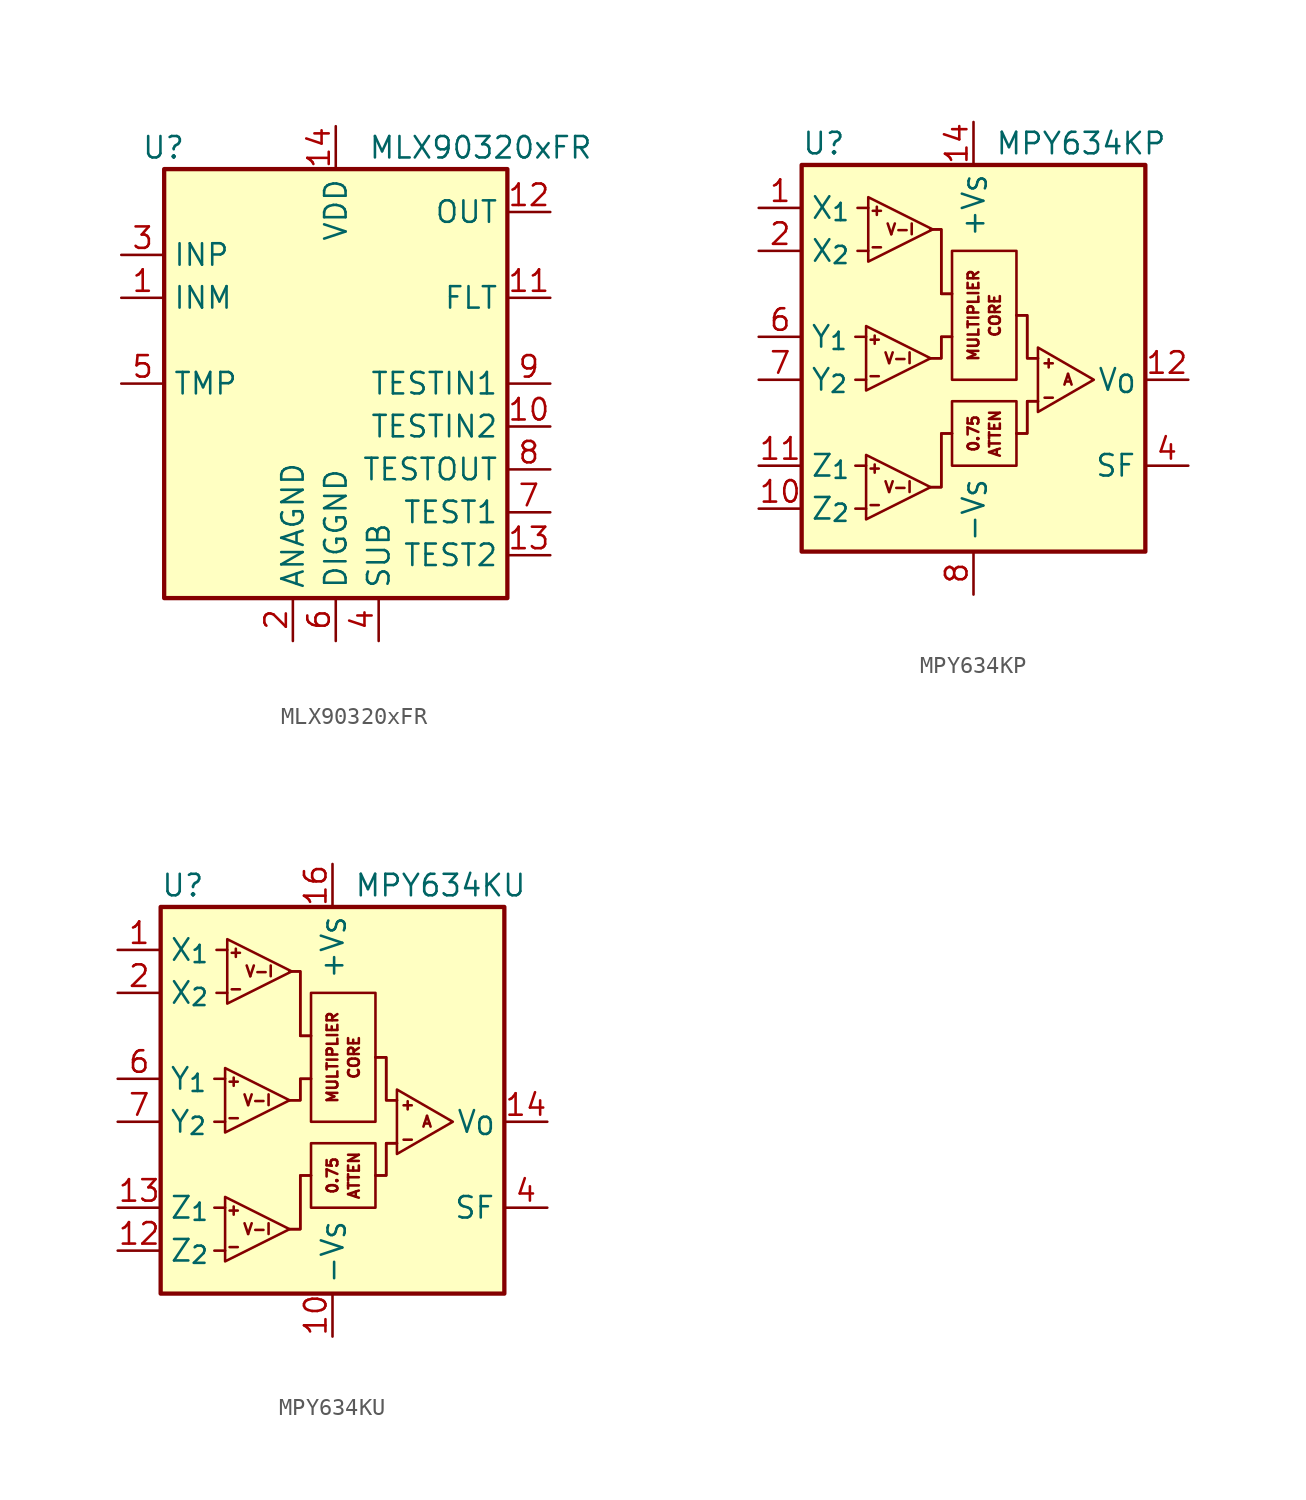
<source format=kicad_sym>
(kicad_symbol_lib
  (version 20241209)
  (generator "kicad_symbol_editor")
  (generator_version "9.0")
  (symbol "MLX90320xFR"
    (property "Reference" "U"
      (at -8.89 13.97 0)
      (effects (font (size 1.27 1.27)) (justify right)))
    (property "Value" "MLX90320xFR"
      (at 15.24 13.97 0)
      (effects (font (size 1.27 1.27)) (justify right)))
    (symbol "MLX90320xFR_0_1"
      (rectangle (start -10.16 12.7) (end 10.16 -12.7) (stroke (width 0.254) (type default)) (fill (type background))))
    (symbol "MLX90320xFR_1_1"
      (pin input line (at -12.7 7.62 0) (length 2.54) (name "INP" (effects (font (size 1.27 1.27)))) (number "3" (effects (font (size 1.27 1.27)))))
      (pin input line (at -12.7 5.08 0) (length 2.54) (name "INM" (effects (font (size 1.27 1.27)))) (number "1" (effects (font (size 1.27 1.27)))))
      (pin passive line (at -12.7 0 0) (length 2.54) (name "TMP" (effects (font (size 1.27 1.27)))) (number "5" (effects (font (size 1.27 1.27)))))
      (pin power_in line (at -2.54 -15.24 90) (length 2.54) (name "ANAGND" (effects (font (size 1.27 1.27)))) (number "2" (effects (font (size 1.27 1.27)))))
      (pin power_in line (at 0 15.24 270) (length 2.54) (name "VDD" (effects (font (size 1.27 1.27)))) (number "14" (effects (font (size 1.27 1.27)))))
      (pin power_in line (at 0 -15.24 90) (length 2.54) (name "DIGGND" (effects (font (size 1.27 1.27)))) (number "6" (effects (font (size 1.27 1.27)))))
      (pin power_in line (at 2.54 -15.24 90) (length 2.54) (name "SUB" (effects (font (size 1.27 1.27)))) (number "4" (effects (font (size 1.27 1.27)))))
      (pin bidirectional line (at 12.7 10.16 180) (length 2.54) (name "OUT" (effects (font (size 1.27 1.27)))) (number "12" (effects (font (size 1.27 1.27)))))
      (pin output line (at 12.7 5.08 180) (length 2.54) (name "FLT" (effects (font (size 1.27 1.27)))) (number "11" (effects (font (size 1.27 1.27)))))
      (pin passive line (at 12.7 0 180) (length 2.54) (name "TESTIN1" (effects (font (size 1.27 1.27)))) (number "9" (effects (font (size 1.27 1.27)))))
      (pin passive line (at 12.7 -2.54 180) (length 2.54) (name "TESTIN2" (effects (font (size 1.27 1.27)))) (number "10" (effects (font (size 1.27 1.27)))))
      (pin passive line (at 12.7 -5.08 180) (length 2.54) (name "TESTOUT" (effects (font (size 1.27 1.27)))) (number "8" (effects (font (size 1.27 1.27)))))
      (pin passive line (at 12.7 -7.62 180) (length 2.54) (name "TEST1" (effects (font (size 1.27 1.27)))) (number "7" (effects (font (size 1.27 1.27)))))
      (pin passive line (at 12.7 -10.16 180) (length 2.54) (name "TEST2" (effects (font (size 1.27 1.27)))) (number "13" (effects (font (size 1.27 1.27)))))))
  (symbol "MPY634KP"
    (property "Reference" "U"
      (at -10.16 13.97 0)
      (effects (font (size 1.27 1.27)) (justify left)))
    (property "Value" "MPY634KP"
      (at 1.27 13.97 0)
      (effects (font (size 1.27 1.27)) (justify left)))
    (symbol "MPY634KP_0_0"
      (polyline (pts (xy -1.27 5.08) (xy -1.905 5.08) (xy -1.905 8.89) (xy -2.54 8.89)) (stroke (width 0) (type default)) (fill (type none)))
      (polyline (pts (xy -1.27 5.08) (xy -1.905 5.08) (xy -1.905 8.89) (xy -2.54 8.89)) (stroke (width 0) (type default)) (fill (type none)))
      (polyline (pts (xy -1.27 2.54) (xy -1.905 2.54) (xy -1.905 1.27) (xy -2.54 1.27)) (stroke (width 0) (type default)) (fill (type none)))
      (polyline (pts (xy -1.27 2.54) (xy -1.905 2.54) (xy -1.905 1.27) (xy -2.54 1.27)) (stroke (width 0) (type default)) (fill (type none)))
      (polyline (pts (xy -1.27 -3.175) (xy -1.905 -3.175) (xy -1.905 -6.35) (xy -2.54 -6.35)) (stroke (width 0) (type default)) (fill (type none)))
      (polyline (pts (xy -1.27 -3.175) (xy -1.905 -3.175) (xy -1.905 -6.35) (xy -2.54 -6.35)) (stroke (width 0) (type default)) (fill (type none)))
      (polyline (pts (xy 3.81 1.27) (xy 3.175 1.27) (xy 3.175 3.81) (xy 2.54 3.81)) (stroke (width 0) (type default)) (fill (type none)))
      (polyline (pts (xy 3.81 1.27) (xy 3.175 1.27) (xy 3.175 3.81) (xy 2.54 3.81)) (stroke (width 0) (type default)) (fill (type none)))
      (polyline (pts (xy 3.81 -1.27) (xy 3.175 -1.27) (xy 3.175 -3.175) (xy 2.54 -3.175)) (stroke (width 0) (type default)) (fill (type none)))
      (polyline (pts (xy 3.81 -1.27) (xy 3.175 -1.27) (xy 3.175 -3.175) (xy 2.54 -3.175)) (stroke (width 0) (type default)) (fill (type none)))
      (text "+" (at -5.842 2.413 0) (effects (font (size 0.635 0.635))))
      (text "-" (at -5.842 0.254 0) (effects (font (size 0.635 0.635))))
      (text "+" (at -5.842 -5.207 0) (effects (font (size 0.635 0.635))))
      (text "-" (at -5.842 -7.366 0) (effects (font (size 0.635 0.635))))
      (text "+" (at -5.715 10.033 0) (effects (font (size 0.635 0.635))))
      (text "-" (at -5.715 7.874 0) (effects (font (size 0.635 0.635))))
      (text "V-I" (at -4.445 1.27 0) (effects (font (size 0.635 0.635))))
      (text "V-I" (at -4.445 -6.35 0) (effects (font (size 0.635 0.635))))
      (text "V-I" (at -4.318 8.89 0) (effects (font (size 0.635 0.635))))
      (text "+" (at 4.445 1.016 0) (effects (font (size 0.635 0.635))))
      (text "-" (at 4.445 -1.016 0) (effects (font (size 0.635 0.635))))
      (text "A" (at 5.588 0 0) (effects (font (size 0.635 0.635)))))
    (symbol "MPY634KP_0_1"
      (rectangle (start -10.16 12.7) (end 10.16 -10.16) (stroke (width 0.254) (type default)) (fill (type background)))
      (polyline (pts (xy -6.985 2.54) (xy -6.35 2.54)) (stroke (width 0) (type default)) (fill (type none)))
      (polyline (pts (xy -6.985 0) (xy -6.35 0)) (stroke (width 0) (type default)) (fill (type none)))
      (polyline (pts (xy -6.985 -5.08) (xy -6.35 -5.08)) (stroke (width 0) (type default)) (fill (type none)))
      (polyline (pts (xy -6.985 -7.62) (xy -6.35 -7.62)) (stroke (width 0) (type default)) (fill (type none)))
      (polyline (pts (xy -6.858 10.16) (xy -6.223 10.16)) (stroke (width 0) (type default)) (fill (type none)))
      (polyline (pts (xy -6.858 7.62) (xy -6.223 7.62)) (stroke (width 0) (type default)) (fill (type none)))
      (polyline (pts (xy -6.35 3.175) (xy -6.35 -0.635) (xy -2.54 1.27) (xy -6.35 3.175)) (stroke (width 0) (type default)) (fill (type none)))
      (polyline (pts (xy -6.35 -4.445) (xy -6.35 -8.255) (xy -2.54 -6.35) (xy -6.35 -4.445)) (stroke (width 0) (type default)) (fill (type none)))
      (polyline (pts (xy -6.223 10.795) (xy -6.223 6.985) (xy -2.413 8.89) (xy -6.223 10.795)) (stroke (width 0) (type default)) (fill (type none)))
      (rectangle (start -1.27 7.62) (end 2.54 0) (stroke (width 0) (type default)) (fill (type none)))
      (rectangle (start -1.27 -1.27) (end 2.54 -5.08) (stroke (width 0) (type default)) (fill (type none)))
      (polyline (pts (xy 3.81 1.905) (xy 3.81 -1.905) (xy 7.112 0) (xy 3.81 1.905)) (stroke (width 0) (type default)) (fill (type none))))
    (symbol "MPY634KP_1_0"
      (text "MULTIPLIER" (at 0 3.81 900) (effects (font (size 0.635 0.635))))
      (text "0.75" (at 0 -3.175 900) (effects (font (size 0.635 0.635))))
      (text "CORE" (at 1.27 3.81 900) (effects (font (size 0.635 0.635))))
      (text "ATTEN" (at 1.27 -3.175 900) (effects (font (size 0.635 0.635)))))
    (symbol "MPY634KP_1_1"
      (pin input line (at -12.7 10.16 0) (length 2.54) (name "X_{1}" (effects (font (size 1.27 1.27)))) (number "1" (effects (font (size 1.27 1.27)))))
      (pin input line (at -12.7 7.62 0) (length 2.54) (name "X_{2}" (effects (font (size 1.27 1.27)))) (number "2" (effects (font (size 1.27 1.27)))))
      (pin input line (at -12.7 2.54 0) (length 2.54) (name "Y_{1}" (effects (font (size 1.27 1.27)))) (number "6" (effects (font (size 1.27 1.27)))))
      (pin input line (at -12.7 0 0) (length 2.54) (name "Y_{2}" (effects (font (size 1.27 1.27)))) (number "7" (effects (font (size 1.27 1.27)))))
      (pin input line (at -12.7 -5.08 0) (length 2.54) (name "Z_{1}" (effects (font (size 1.27 1.27)))) (number "11" (effects (font (size 1.27 1.27)))))
      (pin input line (at -12.7 -7.62 0) (length 2.54) (name "Z_{2}" (effects (font (size 1.27 1.27)))) (number "10" (effects (font (size 1.27 1.27)))))
      (pin power_in line (at 0 15.24 270) (length 2.54) (name "+V_{S}" (effects (font (size 1.27 1.27)))) (number "14" (effects (font (size 1.27 1.27)))))
      (pin power_in line (at 0 -12.7 90) (length 2.54) (name "-V_{S}" (effects (font (size 1.27 1.27)))) (number "8" (effects (font (size 1.27 1.27)))))
      (pin no_connect line (at 10.16 10.16 180) (length 2.54) (hide yes) (name "NC" (effects (font (size 1.27 1.27)))) (number "3" (effects (font (size 1.27 1.27)))))
      (pin no_connect line (at 10.16 7.62 180) (length 2.54) (hide yes) (name "NC" (effects (font (size 1.27 1.27)))) (number "5" (effects (font (size 1.27 1.27)))))
      (pin no_connect line (at 10.16 5.08 180) (length 2.54) (hide yes) (name "NC" (effects (font (size 1.27 1.27)))) (number "9" (effects (font (size 1.27 1.27)))))
      (pin no_connect line (at 10.16 2.54 180) (length 2.54) (hide yes) (name "NC" (effects (font (size 1.27 1.27)))) (number "13" (effects (font (size 1.27 1.27)))))
      (pin output line (at 12.7 0 180) (length 2.54) (name "V_{O}" (effects (font (size 1.27 1.27)))) (number "12" (effects (font (size 1.27 1.27)))))
      (pin passive line (at 12.7 -5.08 180) (length 2.54) (name "SF" (effects (font (size 1.27 1.27)))) (number "4" (effects (font (size 1.27 1.27)))))))
  (symbol "MPY634KU"
    (property "Reference" "U"
      (at -10.16 13.97 0)
      (effects (font (size 1.27 1.27)) (justify left)))
    (property "Value" "MPY634KU"
      (at 1.27 13.97 0)
      (effects (font (size 1.27 1.27)) (justify left)))
    (symbol "MPY634KU_0_0"
      (polyline (pts (xy -1.27 5.08) (xy -1.905 5.08) (xy -1.905 8.89) (xy -2.54 8.89)) (stroke (width 0) (type default)) (fill (type none)))
      (polyline (pts (xy -1.27 5.08) (xy -1.905 5.08) (xy -1.905 8.89) (xy -2.54 8.89)) (stroke (width 0) (type default)) (fill (type none)))
      (polyline (pts (xy -1.27 2.54) (xy -1.905 2.54) (xy -1.905 1.27) (xy -2.54 1.27)) (stroke (width 0) (type default)) (fill (type none)))
      (polyline (pts (xy -1.27 2.54) (xy -1.905 2.54) (xy -1.905 1.27) (xy -2.54 1.27)) (stroke (width 0) (type default)) (fill (type none)))
      (polyline (pts (xy -1.27 -3.175) (xy -1.905 -3.175) (xy -1.905 -6.35) (xy -2.54 -6.35)) (stroke (width 0) (type default)) (fill (type none)))
      (polyline (pts (xy -1.27 -3.175) (xy -1.905 -3.175) (xy -1.905 -6.35) (xy -2.54 -6.35)) (stroke (width 0) (type default)) (fill (type none)))
      (polyline (pts (xy 3.81 1.27) (xy 3.175 1.27) (xy 3.175 3.81) (xy 2.54 3.81)) (stroke (width 0) (type default)) (fill (type none)))
      (polyline (pts (xy 3.81 1.27) (xy 3.175 1.27) (xy 3.175 3.81) (xy 2.54 3.81)) (stroke (width 0) (type default)) (fill (type none)))
      (polyline (pts (xy 3.81 -1.27) (xy 3.175 -1.27) (xy 3.175 -3.175) (xy 2.54 -3.175)) (stroke (width 0) (type default)) (fill (type none)))
      (polyline (pts (xy 3.81 -1.27) (xy 3.175 -1.27) (xy 3.175 -3.175) (xy 2.54 -3.175)) (stroke (width 0) (type default)) (fill (type none)))
      (text "+" (at -5.842 2.413 0) (effects (font (size 0.635 0.635))))
      (text "-" (at -5.842 0.254 0) (effects (font (size 0.635 0.635))))
      (text "+" (at -5.842 -5.207 0) (effects (font (size 0.635 0.635))))
      (text "-" (at -5.842 -7.366 0) (effects (font (size 0.635 0.635))))
      (text "+" (at -5.715 10.033 0) (effects (font (size 0.635 0.635))))
      (text "-" (at -5.715 7.874 0) (effects (font (size 0.635 0.635))))
      (text "V-I" (at -4.445 1.27 0) (effects (font (size 0.635 0.635))))
      (text "V-I" (at -4.445 -6.35 0) (effects (font (size 0.635 0.635))))
      (text "V-I" (at -4.318 8.89 0) (effects (font (size 0.635 0.635))))
      (text "+" (at 4.445 1.016 0) (effects (font (size 0.635 0.635))))
      (text "-" (at 4.445 -1.016 0) (effects (font (size 0.635 0.635))))
      (text "A" (at 5.588 0 0) (effects (font (size 0.635 0.635)))))
    (symbol "MPY634KU_0_1"
      (rectangle (start -10.16 12.7) (end 10.16 -10.16) (stroke (width 0.254) (type default)) (fill (type background)))
      (polyline (pts (xy -6.985 2.54) (xy -6.35 2.54)) (stroke (width 0) (type default)) (fill (type none)))
      (polyline (pts (xy -6.985 0) (xy -6.35 0)) (stroke (width 0) (type default)) (fill (type none)))
      (polyline (pts (xy -6.985 -5.08) (xy -6.35 -5.08)) (stroke (width 0) (type default)) (fill (type none)))
      (polyline (pts (xy -6.985 -7.62) (xy -6.35 -7.62)) (stroke (width 0) (type default)) (fill (type none)))
      (polyline (pts (xy -6.858 10.16) (xy -6.223 10.16)) (stroke (width 0) (type default)) (fill (type none)))
      (polyline (pts (xy -6.858 7.62) (xy -6.223 7.62)) (stroke (width 0) (type default)) (fill (type none)))
      (polyline (pts (xy -6.35 3.175) (xy -6.35 -0.635) (xy -2.54 1.27) (xy -6.35 3.175)) (stroke (width 0) (type default)) (fill (type none)))
      (polyline (pts (xy -6.35 -4.445) (xy -6.35 -8.255) (xy -2.54 -6.35) (xy -6.35 -4.445)) (stroke (width 0) (type default)) (fill (type none)))
      (polyline (pts (xy -6.223 10.795) (xy -6.223 6.985) (xy -2.413 8.89) (xy -6.223 10.795)) (stroke (width 0) (type default)) (fill (type none)))
      (rectangle (start -1.27 7.62) (end 2.54 0) (stroke (width 0) (type default)) (fill (type none)))
      (rectangle (start -1.27 -1.27) (end 2.54 -5.08) (stroke (width 0) (type default)) (fill (type none)))
      (polyline (pts (xy 3.81 1.905) (xy 3.81 -1.905) (xy 7.112 0) (xy 3.81 1.905)) (stroke (width 0) (type default)) (fill (type none))))
    (symbol "MPY634KU_1_0"
      (text "MULTIPLIER" (at 0 3.81 900) (effects (font (size 0.635 0.635))))
      (text "0.75" (at 0 -3.175 900) (effects (font (size 0.635 0.635))))
      (text "CORE" (at 1.27 3.81 900) (effects (font (size 0.635 0.635))))
      (text "ATTEN" (at 1.27 -3.175 900) (effects (font (size 0.635 0.635)))))
    (symbol "MPY634KU_1_1"
      (pin input line (at -12.7 10.16 0) (length 2.54) (name "X_{1}" (effects (font (size 1.27 1.27)))) (number "1" (effects (font (size 1.27 1.27)))))
      (pin input line (at -12.7 7.62 0) (length 2.54) (name "X_{2}" (effects (font (size 1.27 1.27)))) (number "2" (effects (font (size 1.27 1.27)))))
      (pin input line (at -12.7 2.54 0) (length 2.54) (name "Y_{1}" (effects (font (size 1.27 1.27)))) (number "6" (effects (font (size 1.27 1.27)))))
      (pin input line (at -12.7 0 0) (length 2.54) (name "Y_{2}" (effects (font (size 1.27 1.27)))) (number "7" (effects (font (size 1.27 1.27)))))
      (pin input line (at -12.7 -5.08 0) (length 2.54) (name "Z_{1}" (effects (font (size 1.27 1.27)))) (number "13" (effects (font (size 1.27 1.27)))))
      (pin input line (at -12.7 -7.62 0) (length 2.54) (name "Z_{2}" (effects (font (size 1.27 1.27)))) (number "12" (effects (font (size 1.27 1.27)))))
      (pin power_in line (at 0 15.24 270) (length 2.54) (name "+V_{S}" (effects (font (size 1.27 1.27)))) (number "16" (effects (font (size 1.27 1.27)))))
      (pin power_in line (at 0 -12.7 90) (length 2.54) (name "-V_{S}" (effects (font (size 1.27 1.27)))) (number "10" (effects (font (size 1.27 1.27)))))
      (pin no_connect line (at 10.16 10.16 180) (length 2.54) (hide yes) (name "NC" (effects (font (size 1.27 1.27)))) (number "3" (effects (font (size 1.27 1.27)))))
      (pin no_connect line (at 10.16 7.62 180) (length 2.54) (hide yes) (name "NC" (effects (font (size 1.27 1.27)))) (number "5" (effects (font (size 1.27 1.27)))))
      (pin no_connect line (at 10.16 5.08 180) (length 2.54) (hide yes) (name "NC" (effects (font (size 1.27 1.27)))) (number "8" (effects (font (size 1.27 1.27)))))
      (pin no_connect line (at 10.16 2.54 180) (length 2.54) (hide yes) (name "NC" (effects (font (size 1.27 1.27)))) (number "9" (effects (font (size 1.27 1.27)))))
      (pin no_connect line (at 10.16 -2.54 180) (length 2.54) (hide yes) (name "NC" (effects (font (size 1.27 1.27)))) (number "11" (effects (font (size 1.27 1.27)))))
      (pin no_connect line (at 10.16 -7.62 180) (length 2.54) (hide yes) (name "NC" (effects (font (size 1.27 1.27)))) (number "15" (effects (font (size 1.27 1.27)))))
      (pin output line (at 12.7 0 180) (length 2.54) (name "V_{O}" (effects (font (size 1.27 1.27)))) (number "14" (effects (font (size 1.27 1.27)))))
      (pin passive line (at 12.7 -5.08 180) (length 2.54) (name "SF" (effects (font (size 1.27 1.27)))) (number "4" (effects (font (size 1.27 1.27))))))))
</source>
